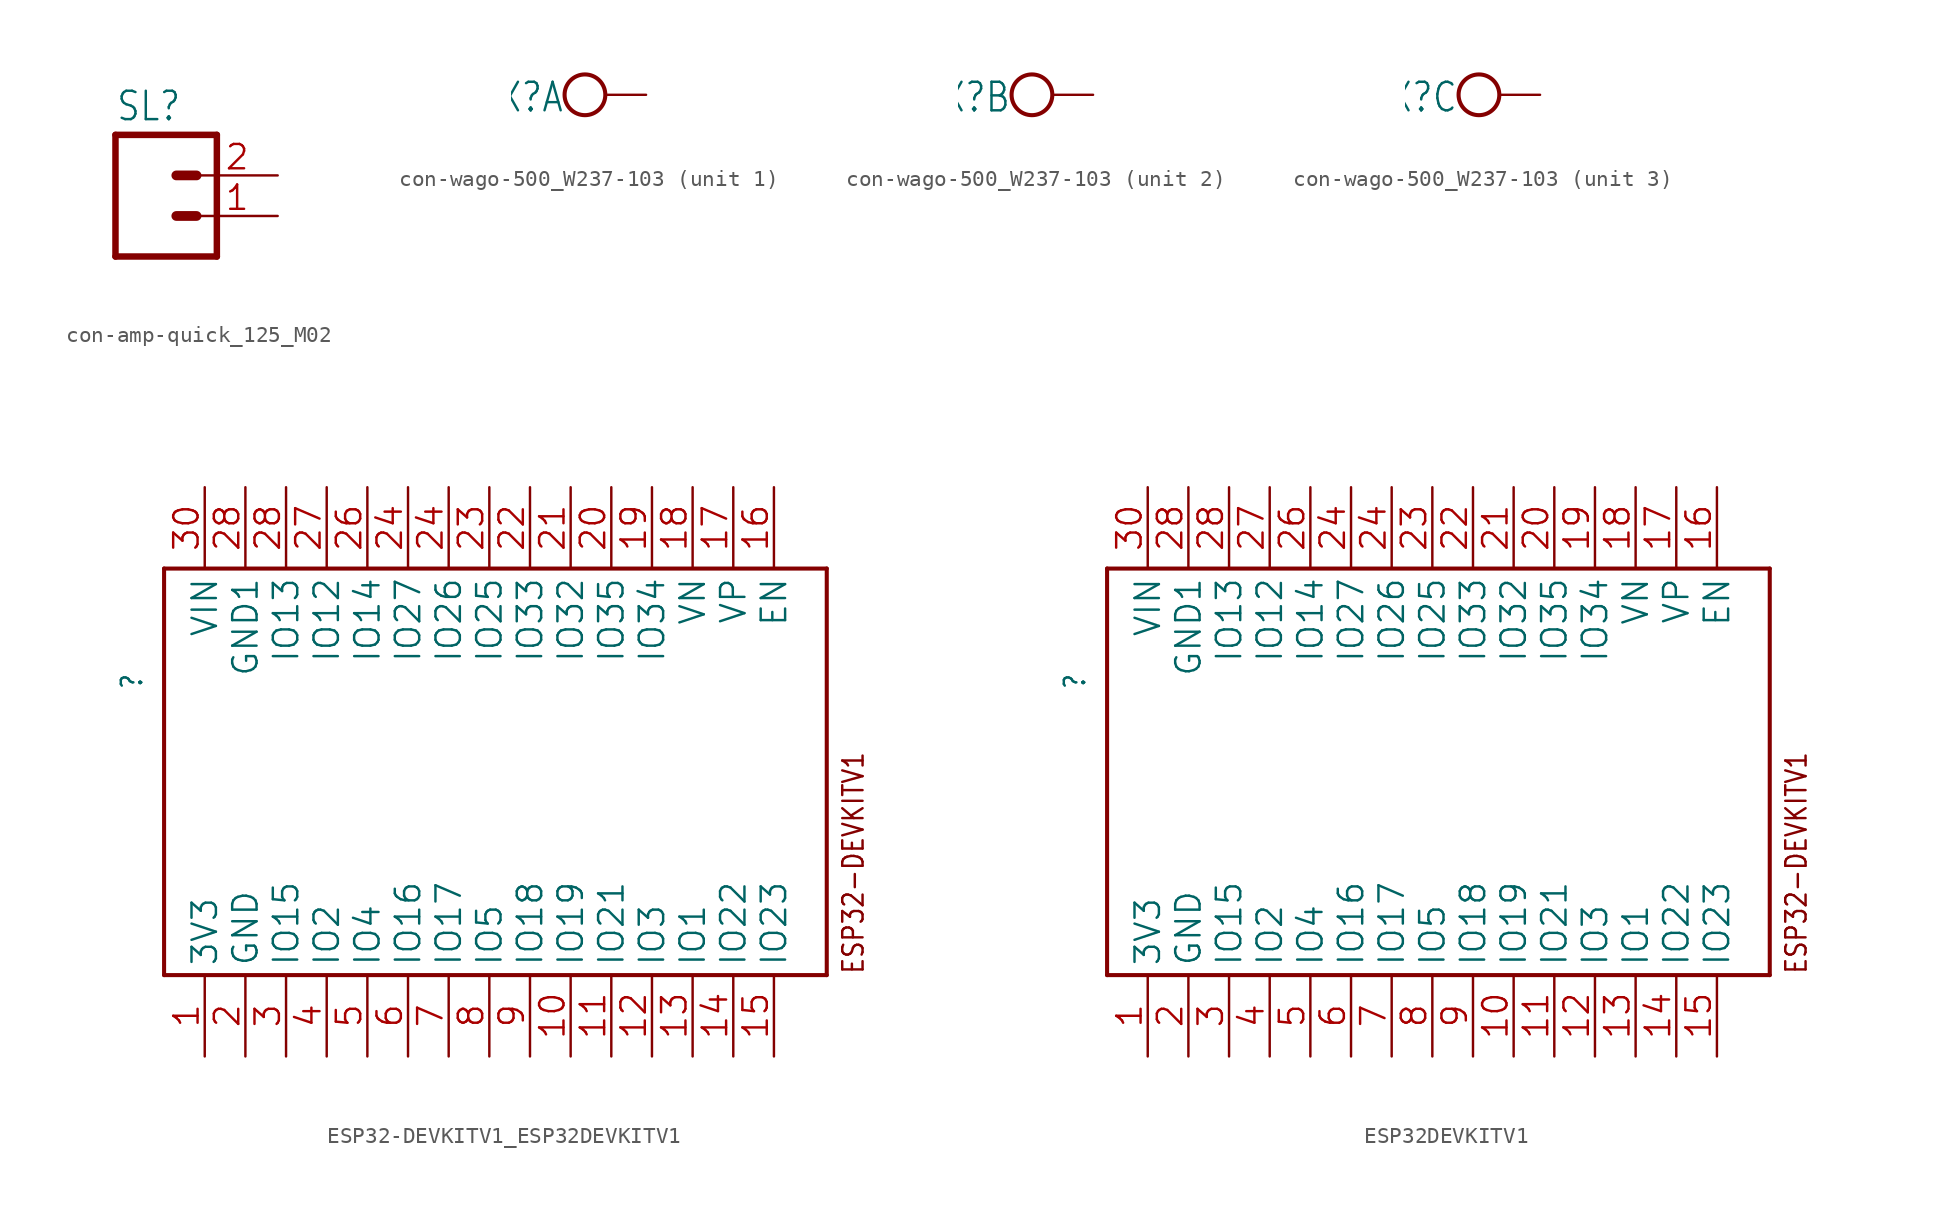
<source format=kicad_sym>
(kicad_symbol_lib
  (version 20241209)
  (generator "kicad_symbol_editor")
  (generator_version "9.0")
  (symbol "con-amp-quick_125_M02"
    (property "Reference" "SL"
      (at -2.54 5.842 0)
      (effects (font (size 1.778 1.511)) (justify left bottom)))
    (property "Value" ""
      (at -2.54 -5.08 0)
      (effects (font (size 1.778 1.511)) (justify left bottom)))
    (property "ki_locked" ""
      (at 0 0 0)
      (effects (font (size 1.27 1.27))))
    (symbol "con-amp-quick_125_M02_1_0"
      (polyline (pts (xy -2.54 5.08) (xy -2.54 -2.54)) (stroke (width 0.406) (type solid)) (fill (type none)))
      (polyline (pts (xy -2.54 5.08) (xy 3.81 5.08)) (stroke (width 0.406) (type solid)) (fill (type none)))
      (polyline (pts (xy 1.27 2.54) (xy 2.54 2.54)) (stroke (width 0.61) (type solid)) (fill (type none)))
      (polyline (pts (xy 1.27 0) (xy 2.54 0)) (stroke (width 0.61) (type solid)) (fill (type none)))
      (polyline (pts (xy 3.81 -2.54) (xy -2.54 -2.54)) (stroke (width 0.406) (type solid)) (fill (type none)))
      (polyline (pts (xy 3.81 -2.54) (xy 3.81 5.08)) (stroke (width 0.406) (type solid)) (fill (type none)))
      (pin passive line (at 7.62 2.54 180) (length 5.08) (name "2" (effects (font (size 0 0)))) (number "2" (effects (font (size 1.524 1.524)))))
      (pin passive line (at 7.62 0 180) (length 5.08) (name "1" (effects (font (size 0 0)))) (number "1" (effects (font (size 1.524 1.524)))))))
  (symbol "con-wago-500_W237-103"
    (property "Reference" "X"
      (at 0 0.889 0)
      (effects (font (size 1.778 1.511)) (justify right top)))
    (property "Value" ""
      (at -2.54 -3.683 0)
      (effects (font (size 1.778 1.511)) (justify left bottom)))
    (property "ki_locked" ""
      (at 0 0 0)
      (effects (font (size 1.27 1.27))))
    (symbol "con-wago-500_W237-103_1_0"
      (circle (center 1.27 0) (radius 1.27) (stroke (width 0.254) (type solid)) (fill (type none)))
      (pin passive line (at 5.08 0 180) (length 2.54) (name "KL" (effects (font (size 0 0)))) (number "1" (effects (font (size 0 0))))))
    (symbol "con-wago-500_W237-103_2_0"
      (circle (center 1.27 0) (radius 1.27) (stroke (width 0.254) (type solid)) (fill (type none)))
      (pin passive line (at 5.08 0 180) (length 2.54) (name "KL" (effects (font (size 0 0)))) (number "2" (effects (font (size 0 0))))))
    (symbol "con-wago-500_W237-103_3_0"
      (circle (center 1.27 0) (radius 1.27) (stroke (width 0.254) (type solid)) (fill (type none)))
      (pin passive line (at 5.08 0 180) (length 2.54) (name "KL" (effects (font (size 0 0)))) (number "3" (effects (font (size 0 0)))))))
  (symbol "ESP32-DEVKITV1_ESP32DEVKITV1"
    (property "Reference" ""
      (at -26.67 5.08 90)
      (effects (font (size 1.27 1.079)) (justify left bottom)))
    (property "ki_locked" ""
      (at 0 0 0)
      (effects (font (size 1.27 1.27))))
    (symbol "ESP32-DEVKITV1_ESP32DEVKITV1_1_0"
      (polyline (pts (xy -25.4 12.7) (xy 16 12.7)) (stroke (width 0.254) (type solid)) (fill (type none)))
      (polyline (pts (xy -25.4 -12.7) (xy -25.4 12.7)) (stroke (width 0.254) (type solid)) (fill (type none)))
      (polyline (pts (xy 16 12.7) (xy 16 -12.7)) (stroke (width 0.254) (type solid)) (fill (type none)))
      (polyline (pts (xy 16 -12.7) (xy -25.4 -12.7)) (stroke (width 0.254) (type solid)) (fill (type none)))
      (text "ESP32-DEVKITV1" (at 18.4 -12.7 900) (effects (font (size 1.27 1.079)) (justify left bottom)))
      (pin bidirectional line (at -22.86 17.78 270) (length 5.08) (name "VIN" (effects (font (size 1.524 1.524)))) (number "30" (effects (font (size 1.524 1.524)))))
      (pin bidirectional line (at -22.86 -17.78 90) (length 5.08) (name "3V3" (effects (font (size 1.524 1.524)))) (number "1" (effects (font (size 1.524 1.524)))))
      (pin bidirectional line (at -20.32 17.78 270) (length 5.08) (name "GND1" (effects (font (size 1.524 1.524)))) (number "28" (effects (font (size 1.524 1.524)))))
      (pin bidirectional line (at -20.32 -17.78 90) (length 5.08) (name "GND" (effects (font (size 1.524 1.524)))) (number "2" (effects (font (size 1.524 1.524)))))
      (pin bidirectional line (at -17.78 17.78 270) (length 5.08) (name "IO13" (effects (font (size 1.524 1.524)))) (number "28" (effects (font (size 1.524 1.524)))))
      (pin bidirectional line (at -17.78 -17.78 90) (length 5.08) (name "IO15" (effects (font (size 1.524 1.524)))) (number "3" (effects (font (size 1.524 1.524)))))
      (pin bidirectional line (at -15.24 17.78 270) (length 5.08) (name "IO12" (effects (font (size 1.524 1.524)))) (number "27" (effects (font (size 1.524 1.524)))))
      (pin bidirectional line (at -15.24 -17.78 90) (length 5.08) (name "IO2" (effects (font (size 1.524 1.524)))) (number "4" (effects (font (size 1.524 1.524)))))
      (pin bidirectional line (at -12.7 17.78 270) (length 5.08) (name "IO14" (effects (font (size 1.524 1.524)))) (number "26" (effects (font (size 1.524 1.524)))))
      (pin bidirectional line (at -12.7 -17.78 90) (length 5.08) (name "IO4" (effects (font (size 1.524 1.524)))) (number "5" (effects (font (size 1.524 1.524)))))
      (pin bidirectional line (at -10.16 17.78 270) (length 5.08) (name "IO27" (effects (font (size 1.524 1.524)))) (number "24" (effects (font (size 1.524 1.524)))))
      (pin bidirectional line (at -10.16 -17.78 90) (length 5.08) (name "IO16" (effects (font (size 1.524 1.524)))) (number "6" (effects (font (size 1.524 1.524)))))
      (pin bidirectional line (at -7.62 17.78 270) (length 5.08) (name "IO26" (effects (font (size 1.524 1.524)))) (number "24" (effects (font (size 1.524 1.524)))))
      (pin bidirectional line (at -7.62 -17.78 90) (length 5.08) (name "IO17" (effects (font (size 1.524 1.524)))) (number "7" (effects (font (size 1.524 1.524)))))
      (pin bidirectional line (at -5.08 17.78 270) (length 5.08) (name "IO25" (effects (font (size 1.524 1.524)))) (number "23" (effects (font (size 1.524 1.524)))))
      (pin bidirectional line (at -5.08 -17.78 90) (length 5.08) (name "IO5" (effects (font (size 1.524 1.524)))) (number "8" (effects (font (size 1.524 1.524)))))
      (pin bidirectional line (at -2.54 17.78 270) (length 5.08) (name "IO33" (effects (font (size 1.524 1.524)))) (number "22" (effects (font (size 1.524 1.524)))))
      (pin bidirectional line (at -2.54 -17.78 90) (length 5.08) (name "IO18" (effects (font (size 1.524 1.524)))) (number "9" (effects (font (size 1.524 1.524)))))
      (pin bidirectional line (at 0 17.78 270) (length 5.08) (name "IO32" (effects (font (size 1.524 1.524)))) (number "21" (effects (font (size 1.524 1.524)))))
      (pin bidirectional line (at 0 -17.78 90) (length 5.08) (name "IO19" (effects (font (size 1.524 1.524)))) (number "10" (effects (font (size 1.524 1.524)))))
      (pin bidirectional line (at 2.54 17.78 270) (length 5.08) (name "IO35" (effects (font (size 1.524 1.524)))) (number "20" (effects (font (size 1.524 1.524)))))
      (pin bidirectional line (at 2.54 -17.78 90) (length 5.08) (name "IO21" (effects (font (size 1.524 1.524)))) (number "11" (effects (font (size 1.524 1.524)))))
      (pin bidirectional line (at 5.08 17.78 270) (length 5.08) (name "IO34" (effects (font (size 1.524 1.524)))) (number "19" (effects (font (size 1.524 1.524)))))
      (pin bidirectional line (at 5.08 -17.78 90) (length 5.08) (name "IO3" (effects (font (size 1.524 1.524)))) (number "12" (effects (font (size 1.524 1.524)))))
      (pin bidirectional line (at 7.62 17.78 270) (length 5.08) (name "VN" (effects (font (size 1.524 1.524)))) (number "18" (effects (font (size 1.524 1.524)))))
      (pin bidirectional line (at 7.62 -17.78 90) (length 5.08) (name "IO1" (effects (font (size 1.524 1.524)))) (number "13" (effects (font (size 1.524 1.524)))))
      (pin bidirectional line (at 10.16 17.78 270) (length 5.08) (name "VP" (effects (font (size 1.524 1.524)))) (number "17" (effects (font (size 1.524 1.524)))))
      (pin bidirectional line (at 10.16 -17.78 90) (length 5.08) (name "IO22" (effects (font (size 1.524 1.524)))) (number "14" (effects (font (size 1.524 1.524)))))
      (pin bidirectional line (at 12.7 17.78 270) (length 5.08) (name "EN" (effects (font (size 1.524 1.524)))) (number "16" (effects (font (size 1.524 1.524)))))
      (pin bidirectional line (at 12.7 -17.78 90) (length 5.08) (name "IO23" (effects (font (size 1.524 1.524)))) (number "15" (effects (font (size 1.524 1.524)))))))
  (symbol "ESP32DEVKITV1"
    (property "Reference" ""
      (at -26.67 5.08 90)
      (effects (font (size 1.27 1.079)) (justify left bottom)))
    (property "ki_locked" ""
      (at 0 0 0)
      (effects (font (size 1.27 1.27))))
    (symbol "ESP32DEVKITV1_1_0"
      (polyline (pts (xy -25.4 12.7) (xy 16 12.7)) (stroke (width 0.254) (type solid)) (fill (type none)))
      (polyline (pts (xy -25.4 -12.7) (xy -25.4 12.7)) (stroke (width 0.254) (type solid)) (fill (type none)))
      (polyline (pts (xy 16 12.7) (xy 16 -12.7)) (stroke (width 0.254) (type solid)) (fill (type none)))
      (polyline (pts (xy 16 -12.7) (xy -25.4 -12.7)) (stroke (width 0.254) (type solid)) (fill (type none)))
      (text "ESP32-DEVKITV1" (at 18.4 -12.7 900) (effects (font (size 1.27 1.079)) (justify left bottom)))
      (pin bidirectional line (at -22.86 17.78 270) (length 5.08) (name "VIN" (effects (font (size 1.524 1.524)))) (number "30" (effects (font (size 1.524 1.524)))))
      (pin bidirectional line (at -22.86 -17.78 90) (length 5.08) (name "3V3" (effects (font (size 1.524 1.524)))) (number "1" (effects (font (size 1.524 1.524)))))
      (pin bidirectional line (at -20.32 17.78 270) (length 5.08) (name "GND1" (effects (font (size 1.524 1.524)))) (number "28" (effects (font (size 1.524 1.524)))))
      (pin bidirectional line (at -20.32 -17.78 90) (length 5.08) (name "GND" (effects (font (size 1.524 1.524)))) (number "2" (effects (font (size 1.524 1.524)))))
      (pin bidirectional line (at -17.78 17.78 270) (length 5.08) (name "IO13" (effects (font (size 1.524 1.524)))) (number "28" (effects (font (size 1.524 1.524)))))
      (pin bidirectional line (at -17.78 -17.78 90) (length 5.08) (name "IO15" (effects (font (size 1.524 1.524)))) (number "3" (effects (font (size 1.524 1.524)))))
      (pin bidirectional line (at -15.24 17.78 270) (length 5.08) (name "IO12" (effects (font (size 1.524 1.524)))) (number "27" (effects (font (size 1.524 1.524)))))
      (pin bidirectional line (at -15.24 -17.78 90) (length 5.08) (name "IO2" (effects (font (size 1.524 1.524)))) (number "4" (effects (font (size 1.524 1.524)))))
      (pin bidirectional line (at -12.7 17.78 270) (length 5.08) (name "IO14" (effects (font (size 1.524 1.524)))) (number "26" (effects (font (size 1.524 1.524)))))
      (pin bidirectional line (at -12.7 -17.78 90) (length 5.08) (name "IO4" (effects (font (size 1.524 1.524)))) (number "5" (effects (font (size 1.524 1.524)))))
      (pin bidirectional line (at -10.16 17.78 270) (length 5.08) (name "IO27" (effects (font (size 1.524 1.524)))) (number "24" (effects (font (size 1.524 1.524)))))
      (pin bidirectional line (at -10.16 -17.78 90) (length 5.08) (name "IO16" (effects (font (size 1.524 1.524)))) (number "6" (effects (font (size 1.524 1.524)))))
      (pin bidirectional line (at -7.62 17.78 270) (length 5.08) (name "IO26" (effects (font (size 1.524 1.524)))) (number "24" (effects (font (size 1.524 1.524)))))
      (pin bidirectional line (at -7.62 -17.78 90) (length 5.08) (name "IO17" (effects (font (size 1.524 1.524)))) (number "7" (effects (font (size 1.524 1.524)))))
      (pin bidirectional line (at -5.08 17.78 270) (length 5.08) (name "IO25" (effects (font (size 1.524 1.524)))) (number "23" (effects (font (size 1.524 1.524)))))
      (pin bidirectional line (at -5.08 -17.78 90) (length 5.08) (name "IO5" (effects (font (size 1.524 1.524)))) (number "8" (effects (font (size 1.524 1.524)))))
      (pin bidirectional line (at -2.54 17.78 270) (length 5.08) (name "IO33" (effects (font (size 1.524 1.524)))) (number "22" (effects (font (size 1.524 1.524)))))
      (pin bidirectional line (at -2.54 -17.78 90) (length 5.08) (name "IO18" (effects (font (size 1.524 1.524)))) (number "9" (effects (font (size 1.524 1.524)))))
      (pin bidirectional line (at 0 17.78 270) (length 5.08) (name "IO32" (effects (font (size 1.524 1.524)))) (number "21" (effects (font (size 1.524 1.524)))))
      (pin bidirectional line (at 0 -17.78 90) (length 5.08) (name "IO19" (effects (font (size 1.524 1.524)))) (number "10" (effects (font (size 1.524 1.524)))))
      (pin bidirectional line (at 2.54 17.78 270) (length 5.08) (name "IO35" (effects (font (size 1.524 1.524)))) (number "20" (effects (font (size 1.524 1.524)))))
      (pin bidirectional line (at 2.54 -17.78 90) (length 5.08) (name "IO21" (effects (font (size 1.524 1.524)))) (number "11" (effects (font (size 1.524 1.524)))))
      (pin bidirectional line (at 5.08 17.78 270) (length 5.08) (name "IO34" (effects (font (size 1.524 1.524)))) (number "19" (effects (font (size 1.524 1.524)))))
      (pin bidirectional line (at 5.08 -17.78 90) (length 5.08) (name "IO3" (effects (font (size 1.524 1.524)))) (number "12" (effects (font (size 1.524 1.524)))))
      (pin bidirectional line (at 7.62 17.78 270) (length 5.08) (name "VN" (effects (font (size 1.524 1.524)))) (number "18" (effects (font (size 1.524 1.524)))))
      (pin bidirectional line (at 7.62 -17.78 90) (length 5.08) (name "IO1" (effects (font (size 1.524 1.524)))) (number "13" (effects (font (size 1.524 1.524)))))
      (pin bidirectional line (at 10.16 17.78 270) (length 5.08) (name "VP" (effects (font (size 1.524 1.524)))) (number "17" (effects (font (size 1.524 1.524)))))
      (pin bidirectional line (at 10.16 -17.78 90) (length 5.08) (name "IO22" (effects (font (size 1.524 1.524)))) (number "14" (effects (font (size 1.524 1.524)))))
      (pin bidirectional line (at 12.7 17.78 270) (length 5.08) (name "EN" (effects (font (size 1.524 1.524)))) (number "16" (effects (font (size 1.524 1.524)))))
      (pin bidirectional line (at 12.7 -17.78 90) (length 5.08) (name "IO23" (effects (font (size 1.524 1.524)))) (number "15" (effects (font (size 1.524 1.524))))))))
</source>
